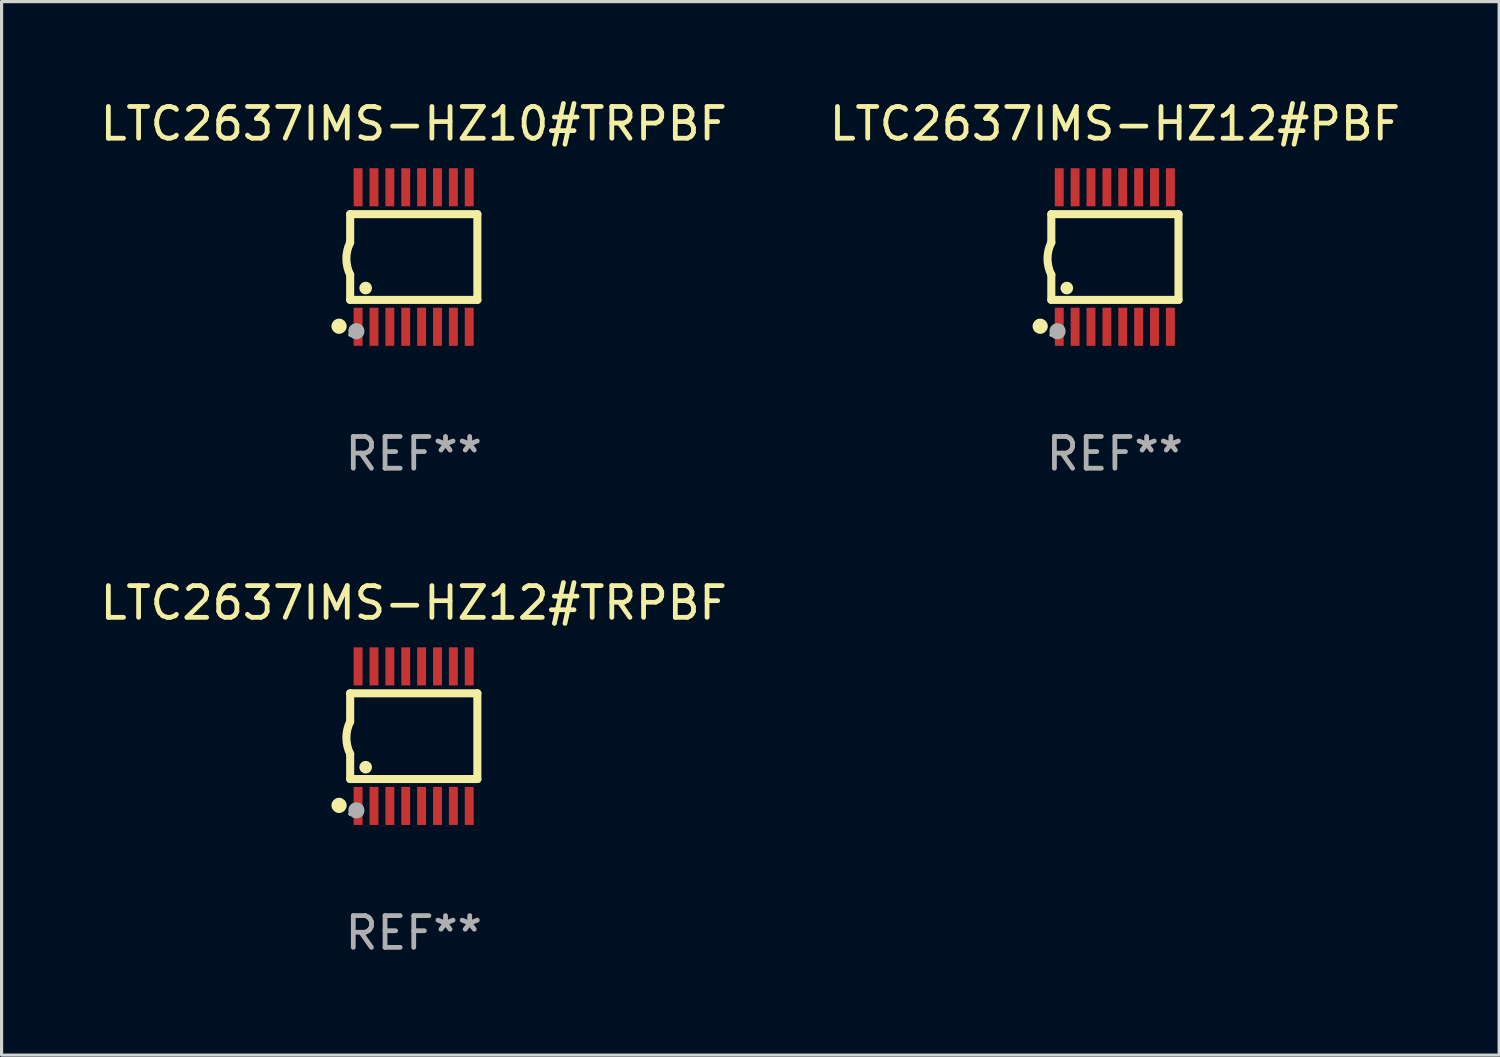
<source format=kicad_pcb>
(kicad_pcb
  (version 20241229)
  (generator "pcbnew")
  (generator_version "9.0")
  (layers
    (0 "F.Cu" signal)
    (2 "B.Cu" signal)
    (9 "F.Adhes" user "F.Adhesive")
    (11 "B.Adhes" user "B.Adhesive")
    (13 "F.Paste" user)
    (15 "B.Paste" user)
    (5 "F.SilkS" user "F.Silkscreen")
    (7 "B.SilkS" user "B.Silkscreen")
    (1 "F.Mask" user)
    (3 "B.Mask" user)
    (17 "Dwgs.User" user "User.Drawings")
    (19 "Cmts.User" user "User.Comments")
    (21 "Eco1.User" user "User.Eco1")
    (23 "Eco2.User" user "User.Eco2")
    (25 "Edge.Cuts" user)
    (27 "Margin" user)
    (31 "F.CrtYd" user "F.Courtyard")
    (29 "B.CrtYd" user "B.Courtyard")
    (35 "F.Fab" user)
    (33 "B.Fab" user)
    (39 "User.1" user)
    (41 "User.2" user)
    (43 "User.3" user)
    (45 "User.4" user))
  (footprint "LTC2637IMS-HZ12#PBF"
    (layer "F.Cu")
    (at 32.065 5.045)
    (property "Reference" "LTC2637IMS-HZ12#PBF" (at 0 -4.197 0) (layer "F.SilkS") (effects (font (size 1 1) (thickness 0.15))))
    (attr through_hole)
    (fp_line (start -2.003 -1.35) (end -2.003 -0.457) (stroke (width 0.254) (type solid)) (layer "F.SilkS"))
    (fp_line (start -2.003 -1.35) (end 2.003 -1.35) (stroke (width 0.254) (type solid)) (layer "F.SilkS"))
    (fp_line (start -2.003 1.35) (end -2.003 0.559) (stroke (width 0.254) (type solid)) (layer "F.SilkS"))
    (fp_line (start -2.003 1.35) (end 2.003 1.35) (stroke (width 0.254) (type solid)) (layer "F.SilkS"))
    (fp_line (start 2.003 -1.35) (end 2.003 1.35) (stroke (width 0.254) (type solid)) (layer "F.SilkS"))
    (fp_arc (start -2.002286 0.558802) (mid -2.122556 0.05092) (end -2.003302 -0.457201) (stroke (width 0.254001) (type solid)) (layer "F.SilkS"))
    (fp_circle (center -2.353 2.18) (end -2.233 2.18) (stroke (width 0.24) (type solid)) (fill no) (layer "F.SilkS"))
    (fp_circle (center -2.003 2.45) (end -1.973 2.45) (stroke (width 0.06) (type solid)) (fill no) (layer "F.SilkS"))
    (fp_circle (center -1.515 0.978) (end -1.415 0.978) (stroke (width 0.2) (type solid)) (fill no) (layer "F.SilkS"))
    (fp_circle (center -1.807 2.337) (end -1.68 2.337) (stroke (width 0.254) (type solid)) (fill no) (layer "F.Fab"))
    (fp_text user "REF**" (at 0 6.197 0) (layer "F.Fab") (effects (font (size 1 1) (thickness 0.15))))
    (pad "1" smd rect (at -1.753 2.197 90) (size 1.2 0.28) (layers "F.Cu" "F.Mask" "F.Paste"))
    (pad "2" smd rect (at -1.253 2.197 90) (size 1.2 0.28) (layers "F.Cu" "F.Mask" "F.Paste"))
    (pad "3" smd rect (at -0.753 2.197 90) (size 1.2 0.28) (layers "F.Cu" "F.Mask" "F.Paste"))
    (pad "4" smd rect (at -0.253 2.197 90) (size 1.2 0.28) (layers "F.Cu" "F.Mask" "F.Paste"))
    (pad "5" smd rect (at 0.247 2.197 90) (size 1.2 0.28) (layers "F.Cu" "F.Mask" "F.Paste"))
    (pad "6" smd rect (at 0.747 2.197 90) (size 1.2 0.28) (layers "F.Cu" "F.Mask" "F.Paste"))
    (pad "7" smd rect (at 1.247 2.197 90) (size 1.2 0.28) (layers "F.Cu" "F.Mask" "F.Paste"))
    (pad "8" smd rect (at 1.747 2.197 90) (size 1.2 0.28) (layers "F.Cu" "F.Mask" "F.Paste"))
    (pad "9" smd rect (at 1.747 -2.197 90) (size 1.2 0.28) (layers "F.Cu" "F.Mask" "F.Paste"))
    (pad "10" smd rect (at 1.247 -2.197 90) (size 1.2 0.28) (layers "F.Cu" "F.Mask" "F.Paste"))
    (pad "11" smd rect (at 0.747 -2.197 90) (size 1.2 0.28) (layers "F.Cu" "F.Mask" "F.Paste"))
    (pad "12" smd rect (at 0.247 -2.197 90) (size 1.2 0.28) (layers "F.Cu" "F.Mask" "F.Paste"))
    (pad "13" smd rect (at -0.253 -2.197 90) (size 1.2 0.28) (layers "F.Cu" "F.Mask" "F.Paste"))
    (pad "14" smd rect (at -0.753 -2.197 90) (size 1.2 0.28) (layers "F.Cu" "F.Mask" "F.Paste"))
    (pad "15" smd rect (at -1.253 -2.197 90) (size 1.2 0.28) (layers "F.Cu" "F.Mask" "F.Paste"))
    (pad "16" smd rect (at -1.753 -2.197 90) (size 1.2 0.28) (layers "F.Cu" "F.Mask" "F.Paste")))
  (footprint "LTC2637IMS-HZ10#TRPBF"
    (layer "F.Cu")
    (at 9.982 5.045)
    (property "Reference" "LTC2637IMS-HZ10#TRPBF" (at 0 -4.197 0) (layer "F.SilkS") (effects (font (size 1 1) (thickness 0.15))))
    (attr through_hole)
    (fp_line (start -2.003 -1.35) (end -2.003 -0.457) (stroke (width 0.254) (type solid)) (layer "F.SilkS"))
    (fp_line (start -2.003 -1.35) (end 2.003 -1.35) (stroke (width 0.254) (type solid)) (layer "F.SilkS"))
    (fp_line (start -2.003 1.35) (end -2.003 0.559) (stroke (width 0.254) (type solid)) (layer "F.SilkS"))
    (fp_line (start -2.003 1.35) (end 2.003 1.35) (stroke (width 0.254) (type solid)) (layer "F.SilkS"))
    (fp_line (start 2.003 -1.35) (end 2.003 1.35) (stroke (width 0.254) (type solid)) (layer "F.SilkS"))
    (fp_arc (start -2.002286 0.558802) (mid -2.122556 0.05092) (end -2.003302 -0.457201) (stroke (width 0.254001) (type solid)) (layer "F.SilkS"))
    (fp_circle (center -2.353 2.18) (end -2.233 2.18) (stroke (width 0.24) (type solid)) (fill no) (layer "F.SilkS"))
    (fp_circle (center -2.003 2.45) (end -1.973 2.45) (stroke (width 0.06) (type solid)) (fill no) (layer "F.SilkS"))
    (fp_circle (center -1.515 0.978) (end -1.415 0.978) (stroke (width 0.2) (type solid)) (fill no) (layer "F.SilkS"))
    (fp_circle (center -1.807 2.337) (end -1.68 2.337) (stroke (width 0.254) (type solid)) (fill no) (layer "F.Fab"))
    (fp_text user "REF**" (at 0 6.197 0) (layer "F.Fab") (effects (font (size 1 1) (thickness 0.15))))
    (pad "1" smd rect (at -1.753 2.197 90) (size 1.2 0.28) (layers "F.Cu" "F.Mask" "F.Paste"))
    (pad "2" smd rect (at -1.253 2.197 90) (size 1.2 0.28) (layers "F.Cu" "F.Mask" "F.Paste"))
    (pad "3" smd rect (at -0.753 2.197 90) (size 1.2 0.28) (layers "F.Cu" "F.Mask" "F.Paste"))
    (pad "4" smd rect (at -0.253 2.197 90) (size 1.2 0.28) (layers "F.Cu" "F.Mask" "F.Paste"))
    (pad "5" smd rect (at 0.247 2.197 90) (size 1.2 0.28) (layers "F.Cu" "F.Mask" "F.Paste"))
    (pad "6" smd rect (at 0.747 2.197 90) (size 1.2 0.28) (layers "F.Cu" "F.Mask" "F.Paste"))
    (pad "7" smd rect (at 1.247 2.197 90) (size 1.2 0.28) (layers "F.Cu" "F.Mask" "F.Paste"))
    (pad "8" smd rect (at 1.747 2.197 90) (size 1.2 0.28) (layers "F.Cu" "F.Mask" "F.Paste"))
    (pad "9" smd rect (at 1.747 -2.197 90) (size 1.2 0.28) (layers "F.Cu" "F.Mask" "F.Paste"))
    (pad "10" smd rect (at 1.247 -2.197 90) (size 1.2 0.28) (layers "F.Cu" "F.Mask" "F.Paste"))
    (pad "11" smd rect (at 0.747 -2.197 90) (size 1.2 0.28) (layers "F.Cu" "F.Mask" "F.Paste"))
    (pad "12" smd rect (at 0.247 -2.197 90) (size 1.2 0.28) (layers "F.Cu" "F.Mask" "F.Paste"))
    (pad "13" smd rect (at -0.253 -2.197 90) (size 1.2 0.28) (layers "F.Cu" "F.Mask" "F.Paste"))
    (pad "14" smd rect (at -0.753 -2.197 90) (size 1.2 0.28) (layers "F.Cu" "F.Mask" "F.Paste"))
    (pad "15" smd rect (at -1.253 -2.197 90) (size 1.2 0.28) (layers "F.Cu" "F.Mask" "F.Paste"))
    (pad "16" smd rect (at -1.753 -2.197 90) (size 1.2 0.28) (layers "F.Cu" "F.Mask" "F.Paste")))
  (footprint "LTC2637IMS-HZ12#TRPBF"
    (layer "F.Cu")
    (at 9.982 20.136)
    (property "Reference" "LTC2637IMS-HZ12#TRPBF" (at 0 -4.197 0) (layer "F.SilkS") (effects (font (size 1 1) (thickness 0.15))))
    (attr through_hole)
    (fp_line (start -2.003 -1.35) (end -2.003 -0.457) (stroke (width 0.254) (type solid)) (layer "F.SilkS"))
    (fp_line (start -2.003 -1.35) (end 2.003 -1.35) (stroke (width 0.254) (type solid)) (layer "F.SilkS"))
    (fp_line (start -2.003 1.35) (end -2.003 0.559) (stroke (width 0.254) (type solid)) (layer "F.SilkS"))
    (fp_line (start -2.003 1.35) (end 2.003 1.35) (stroke (width 0.254) (type solid)) (layer "F.SilkS"))
    (fp_line (start 2.003 -1.35) (end 2.003 1.35) (stroke (width 0.254) (type solid)) (layer "F.SilkS"))
    (fp_arc (start -2.002286 0.558802) (mid -2.122556 0.05092) (end -2.003302 -0.457201) (stroke (width 0.254001) (type solid)) (layer "F.SilkS"))
    (fp_circle (center -2.353 2.18) (end -2.233 2.18) (stroke (width 0.24) (type solid)) (fill no) (layer "F.SilkS"))
    (fp_circle (center -2.003 2.45) (end -1.973 2.45) (stroke (width 0.06) (type solid)) (fill no) (layer "F.SilkS"))
    (fp_circle (center -1.515 0.978) (end -1.415 0.978) (stroke (width 0.2) (type solid)) (fill no) (layer "F.SilkS"))
    (fp_circle (center -1.807 2.337) (end -1.68 2.337) (stroke (width 0.254) (type solid)) (fill no) (layer "F.Fab"))
    (fp_text user "REF**" (at 0 6.197 0) (layer "F.Fab") (effects (font (size 1 1) (thickness 0.15))))
    (pad "1" smd rect (at -1.753 2.197 90) (size 1.2 0.28) (layers "F.Cu" "F.Mask" "F.Paste"))
    (pad "2" smd rect (at -1.253 2.197 90) (size 1.2 0.28) (layers "F.Cu" "F.Mask" "F.Paste"))
    (pad "3" smd rect (at -0.753 2.197 90) (size 1.2 0.28) (layers "F.Cu" "F.Mask" "F.Paste"))
    (pad "4" smd rect (at -0.253 2.197 90) (size 1.2 0.28) (layers "F.Cu" "F.Mask" "F.Paste"))
    (pad "5" smd rect (at 0.247 2.197 90) (size 1.2 0.28) (layers "F.Cu" "F.Mask" "F.Paste"))
    (pad "6" smd rect (at 0.747 2.197 90) (size 1.2 0.28) (layers "F.Cu" "F.Mask" "F.Paste"))
    (pad "7" smd rect (at 1.247 2.197 90) (size 1.2 0.28) (layers "F.Cu" "F.Mask" "F.Paste"))
    (pad "8" smd rect (at 1.747 2.197 90) (size 1.2 0.28) (layers "F.Cu" "F.Mask" "F.Paste"))
    (pad "9" smd rect (at 1.747 -2.197 90) (size 1.2 0.28) (layers "F.Cu" "F.Mask" "F.Paste"))
    (pad "10" smd rect (at 1.247 -2.197 90) (size 1.2 0.28) (layers "F.Cu" "F.Mask" "F.Paste"))
    (pad "11" smd rect (at 0.747 -2.197 90) (size 1.2 0.28) (layers "F.Cu" "F.Mask" "F.Paste"))
    (pad "12" smd rect (at 0.247 -2.197 90) (size 1.2 0.28) (layers "F.Cu" "F.Mask" "F.Paste"))
    (pad "13" smd rect (at -0.253 -2.197 90) (size 1.2 0.28) (layers "F.Cu" "F.Mask" "F.Paste"))
    (pad "14" smd rect (at -0.753 -2.197 90) (size 1.2 0.28) (layers "F.Cu" "F.Mask" "F.Paste"))
    (pad "15" smd rect (at -1.253 -2.197 90) (size 1.2 0.28) (layers "F.Cu" "F.Mask" "F.Paste"))
    (pad "16" smd rect (at -1.753 -2.197 90) (size 1.2 0.28) (layers "F.Cu" "F.Mask" "F.Paste")))
  (gr_rect
    (start -3 -3)
    (end 44.167 30.181)
    (stroke (width 0.1) (type default))
    (fill no)
    (layer "Edge.Cuts")))
</source>
